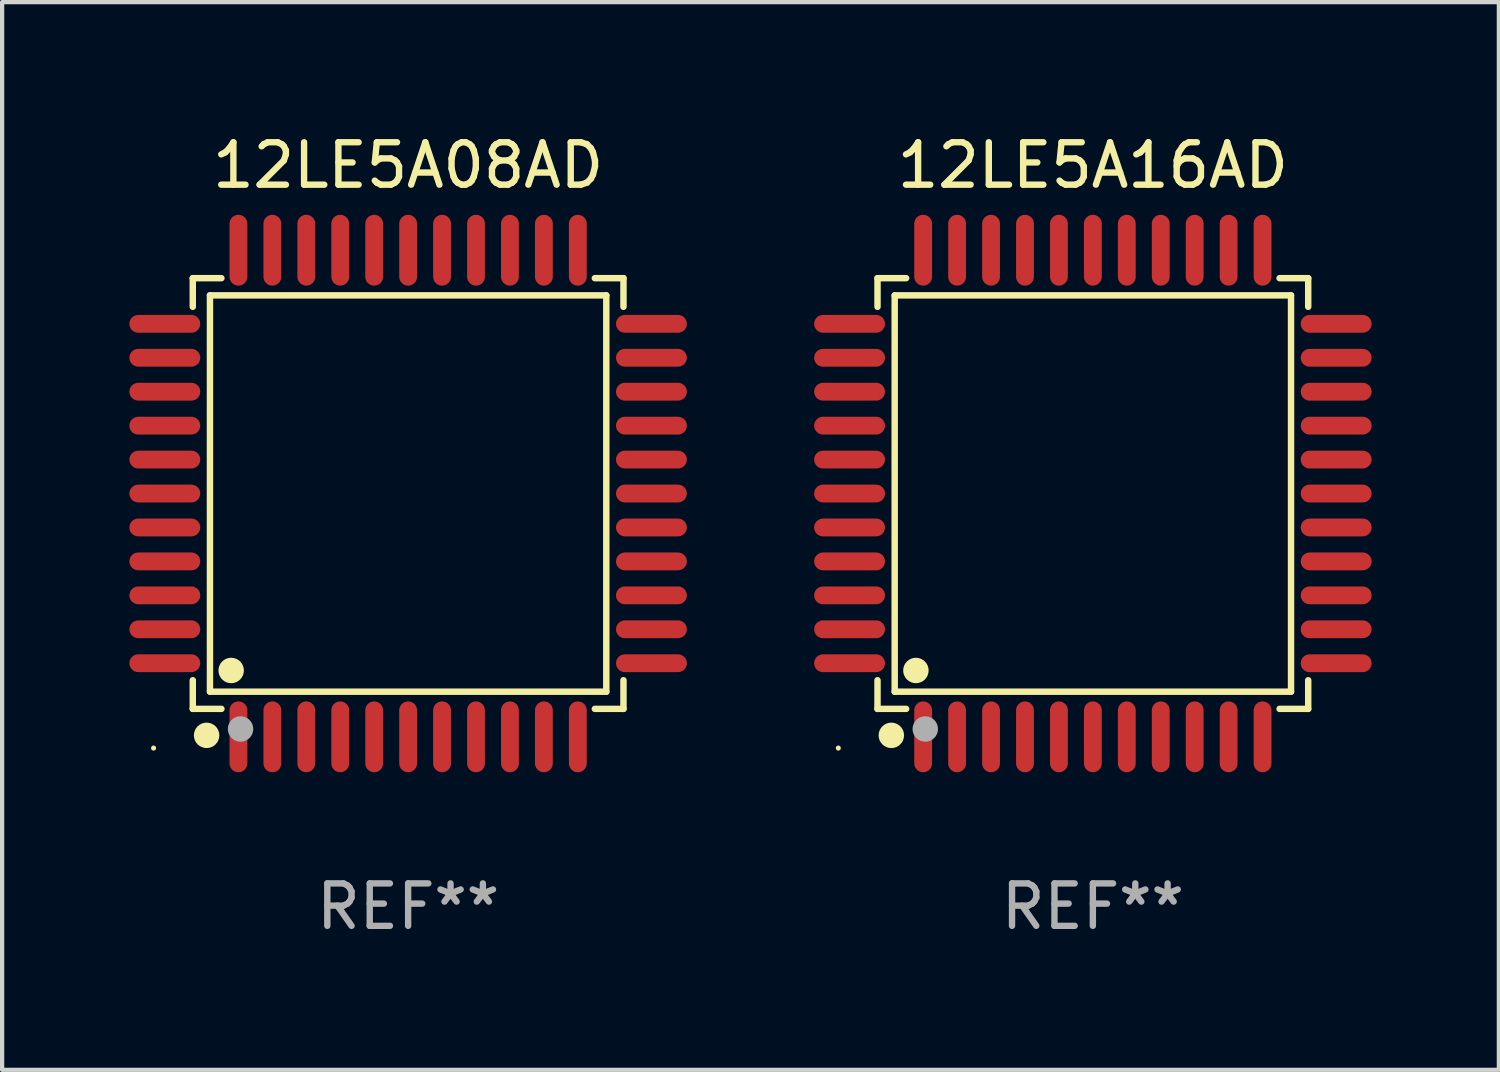
<source format=kicad_pcb>
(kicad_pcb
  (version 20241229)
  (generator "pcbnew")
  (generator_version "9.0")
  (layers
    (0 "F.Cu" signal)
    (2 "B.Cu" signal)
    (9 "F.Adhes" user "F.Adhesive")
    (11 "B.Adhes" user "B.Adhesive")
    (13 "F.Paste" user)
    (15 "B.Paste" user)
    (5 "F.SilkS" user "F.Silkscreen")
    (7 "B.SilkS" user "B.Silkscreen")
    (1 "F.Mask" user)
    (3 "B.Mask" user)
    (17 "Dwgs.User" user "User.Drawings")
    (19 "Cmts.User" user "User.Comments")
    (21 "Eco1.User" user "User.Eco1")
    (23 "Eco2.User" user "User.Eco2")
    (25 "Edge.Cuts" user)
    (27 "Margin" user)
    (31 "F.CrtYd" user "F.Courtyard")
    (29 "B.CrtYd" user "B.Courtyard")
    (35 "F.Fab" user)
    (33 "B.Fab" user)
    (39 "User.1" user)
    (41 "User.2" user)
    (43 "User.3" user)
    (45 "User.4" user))
  (footprint "12LE5A16AD"
    (layer "F.Cu")
    (at 22.71 8.583)
    (property "Reference" "12LE5A16AD" (at 0 -7.735 0) (layer "F.SilkS") (effects (font (size 1 1) (thickness 0.15))))
    (attr through_hole)
    (fp_line (start -5.076 -5.076) (end -4.401 -5.076) (stroke (width 0.152) (type solid)) (layer "F.SilkS"))
    (fp_line (start -5.076 -4.401) (end -5.076 -5.076) (stroke (width 0.152) (type solid)) (layer "F.SilkS"))
    (fp_line (start -5.076 4.401) (end -5.076 5.076) (stroke (width 0.152) (type solid)) (layer "F.SilkS"))
    (fp_line (start -5.076 5.076) (end -4.401 5.076) (stroke (width 0.152) (type solid)) (layer "F.SilkS"))
    (fp_line (start -4.671 -4.671) (end 4.671 -4.671) (stroke (width 0.152) (type solid)) (layer "F.SilkS"))
    (fp_line (start -4.671 4.671) (end -4.671 -4.671) (stroke (width 0.152) (type solid)) (layer "F.SilkS"))
    (fp_line (start 4.671 -4.671) (end 4.671 4.671) (stroke (width 0.152) (type solid)) (layer "F.SilkS"))
    (fp_line (start 4.671 4.671) (end -4.671 4.671) (stroke (width 0.152) (type solid)) (layer "F.SilkS"))
    (fp_line (start 5.076 -5.076) (end 4.401 -5.076) (stroke (width 0.152) (type solid)) (layer "F.SilkS"))
    (fp_line (start 5.076 -4.401) (end 5.076 -5.076) (stroke (width 0.152) (type solid)) (layer "F.SilkS"))
    (fp_line (start 5.076 4.401) (end 5.076 5.076) (stroke (width 0.152) (type solid)) (layer "F.SilkS"))
    (fp_line (start 5.076 5.076) (end 4.401 5.076) (stroke (width 0.152) (type solid)) (layer "F.SilkS"))
    (fp_circle (center -6 6) (end -5.97 6) (stroke (width 0.06) (type solid)) (fill no) (layer "F.SilkS"))
    (fp_circle (center -4.75 5.7) (end -4.6 5.7) (stroke (width 0.3) (type solid)) (fill no) (layer "F.SilkS"))
    (fp_circle (center -4.171 4.171) (end -4.021 4.171) (stroke (width 0.3) (type solid)) (fill no) (layer "F.SilkS"))
    (fp_circle (center -3.95 5.55) (end -3.8 5.55) (stroke (width 0.3) (type solid)) (fill no) (layer "F.Fab"))
    (fp_text user "REF**" (at 0 9.735 0) (layer "F.Fab") (effects (font (size 1 1) (thickness 0.15))))
    (pad "1" smd oval (at -4 5.735) (size 0.42 1.67) (layers "F.Cu" "F.Mask" "F.Paste"))
    (pad "2" smd oval (at -3.2 5.735) (size 0.42 1.67) (layers "F.Cu" "F.Mask" "F.Paste"))
    (pad "3" smd oval (at -2.4 5.735) (size 0.42 1.67) (layers "F.Cu" "F.Mask" "F.Paste"))
    (pad "4" smd oval (at -1.6 5.735) (size 0.42 1.67) (layers "F.Cu" "F.Mask" "F.Paste"))
    (pad "5" smd oval (at -0.8 5.735) (size 0.42 1.67) (layers "F.Cu" "F.Mask" "F.Paste"))
    (pad "6" smd oval (at 0 5.735) (size 0.42 1.67) (layers "F.Cu" "F.Mask" "F.Paste"))
    (pad "7" smd oval (at 0.8 5.735) (size 0.42 1.67) (layers "F.Cu" "F.Mask" "F.Paste"))
    (pad "8" smd oval (at 1.6 5.735) (size 0.42 1.67) (layers "F.Cu" "F.Mask" "F.Paste"))
    (pad "9" smd oval (at 2.4 5.735) (size 0.42 1.67) (layers "F.Cu" "F.Mask" "F.Paste"))
    (pad "10" smd oval (at 3.2 5.735) (size 0.42 1.67) (layers "F.Cu" "F.Mask" "F.Paste"))
    (pad "11" smd oval (at 4 5.735) (size 0.42 1.67) (layers "F.Cu" "F.Mask" "F.Paste"))
    (pad "12" smd oval (at 5.735 4) (size 1.67 0.42) (layers "F.Cu" "F.Mask" "F.Paste"))
    (pad "13" smd oval (at 5.735 3.2) (size 1.67 0.42) (layers "F.Cu" "F.Mask" "F.Paste"))
    (pad "14" smd oval (at 5.735 2.4) (size 1.67 0.42) (layers "F.Cu" "F.Mask" "F.Paste"))
    (pad "15" smd oval (at 5.735 1.6) (size 1.67 0.42) (layers "F.Cu" "F.Mask" "F.Paste"))
    (pad "16" smd oval (at 5.735 0.8) (size 1.67 0.42) (layers "F.Cu" "F.Mask" "F.Paste"))
    (pad "17" smd oval (at 5.735 0) (size 1.67 0.42) (layers "F.Cu" "F.Mask" "F.Paste"))
    (pad "18" smd oval (at 5.735 -0.8) (size 1.67 0.42) (layers "F.Cu" "F.Mask" "F.Paste"))
    (pad "19" smd oval (at 5.735 -1.6) (size 1.67 0.42) (layers "F.Cu" "F.Mask" "F.Paste"))
    (pad "20" smd oval (at 5.735 -2.4) (size 1.67 0.42) (layers "F.Cu" "F.Mask" "F.Paste"))
    (pad "21" smd oval (at 5.735 -3.2) (size 1.67 0.42) (layers "F.Cu" "F.Mask" "F.Paste"))
    (pad "22" smd oval (at 5.735 -4) (size 1.67 0.42) (layers "F.Cu" "F.Mask" "F.Paste"))
    (pad "23" smd oval (at 4 -5.735) (size 0.42 1.67) (layers "F.Cu" "F.Mask" "F.Paste"))
    (pad "24" smd oval (at 3.2 -5.735) (size 0.42 1.67) (layers "F.Cu" "F.Mask" "F.Paste"))
    (pad "25" smd oval (at 2.4 -5.735) (size 0.42 1.67) (layers "F.Cu" "F.Mask" "F.Paste"))
    (pad "26" smd oval (at 1.6 -5.735) (size 0.42 1.67) (layers "F.Cu" "F.Mask" "F.Paste"))
    (pad "27" smd oval (at 0.8 -5.735) (size 0.42 1.67) (layers "F.Cu" "F.Mask" "F.Paste"))
    (pad "28" smd oval (at 0 -5.735) (size 0.42 1.67) (layers "F.Cu" "F.Mask" "F.Paste"))
    (pad "29" smd oval (at -0.8 -5.735) (size 0.42 1.67) (layers "F.Cu" "F.Mask" "F.Paste"))
    (pad "30" smd oval (at -1.6 -5.735) (size 0.42 1.67) (layers "F.Cu" "F.Mask" "F.Paste"))
    (pad "31" smd oval (at -2.4 -5.735) (size 0.42 1.67) (layers "F.Cu" "F.Mask" "F.Paste"))
    (pad "32" smd oval (at -3.2 -5.735) (size 0.42 1.67) (layers "F.Cu" "F.Mask" "F.Paste"))
    (pad "33" smd oval (at -4 -5.735) (size 0.42 1.67) (layers "F.Cu" "F.Mask" "F.Paste"))
    (pad "34" smd oval (at -5.735 -4) (size 1.67 0.42) (layers "F.Cu" "F.Mask" "F.Paste"))
    (pad "35" smd oval (at -5.735 -3.2) (size 1.67 0.42) (layers "F.Cu" "F.Mask" "F.Paste"))
    (pad "36" smd oval (at -5.735 -2.4) (size 1.67 0.42) (layers "F.Cu" "F.Mask" "F.Paste"))
    (pad "37" smd oval (at -5.735 -1.6) (size 1.67 0.42) (layers "F.Cu" "F.Mask" "F.Paste"))
    (pad "38" smd oval (at -5.735 -0.8) (size 1.67 0.42) (layers "F.Cu" "F.Mask" "F.Paste"))
    (pad "39" smd oval (at -5.735 0) (size 1.67 0.42) (layers "F.Cu" "F.Mask" "F.Paste"))
    (pad "40" smd oval (at -5.735 0.8) (size 1.67 0.42) (layers "F.Cu" "F.Mask" "F.Paste"))
    (pad "41" smd oval (at -5.735 1.6) (size 1.67 0.42) (layers "F.Cu" "F.Mask" "F.Paste"))
    (pad "42" smd oval (at -5.735 2.4) (size 1.67 0.42) (layers "F.Cu" "F.Mask" "F.Paste"))
    (pad "43" smd oval (at -5.735 3.2) (size 1.67 0.42) (layers "F.Cu" "F.Mask" "F.Paste"))
    (pad "44" smd oval (at -5.735 4) (size 1.67 0.42) (layers "F.Cu" "F.Mask" "F.Paste")))
  (footprint "12LE5A08AD"
    (layer "F.Cu")
    (at 6.57 8.583)
    (property "Reference" "12LE5A08AD" (at 0 -7.735 0) (layer "F.SilkS") (effects (font (size 1 1) (thickness 0.15))))
    (attr through_hole)
    (fp_line (start -5.076 -5.076) (end -4.401 -5.076) (stroke (width 0.152) (type solid)) (layer "F.SilkS"))
    (fp_line (start -5.076 -4.401) (end -5.076 -5.076) (stroke (width 0.152) (type solid)) (layer "F.SilkS"))
    (fp_line (start -5.076 4.401) (end -5.076 5.076) (stroke (width 0.152) (type solid)) (layer "F.SilkS"))
    (fp_line (start -5.076 5.076) (end -4.401 5.076) (stroke (width 0.152) (type solid)) (layer "F.SilkS"))
    (fp_line (start -4.671 -4.671) (end 4.671 -4.671) (stroke (width 0.152) (type solid)) (layer "F.SilkS"))
    (fp_line (start -4.671 4.671) (end -4.671 -4.671) (stroke (width 0.152) (type solid)) (layer "F.SilkS"))
    (fp_line (start 4.671 -4.671) (end 4.671 4.671) (stroke (width 0.152) (type solid)) (layer "F.SilkS"))
    (fp_line (start 4.671 4.671) (end -4.671 4.671) (stroke (width 0.152) (type solid)) (layer "F.SilkS"))
    (fp_line (start 5.076 -5.076) (end 4.401 -5.076) (stroke (width 0.152) (type solid)) (layer "F.SilkS"))
    (fp_line (start 5.076 -4.401) (end 5.076 -5.076) (stroke (width 0.152) (type solid)) (layer "F.SilkS"))
    (fp_line (start 5.076 4.401) (end 5.076 5.076) (stroke (width 0.152) (type solid)) (layer "F.SilkS"))
    (fp_line (start 5.076 5.076) (end 4.401 5.076) (stroke (width 0.152) (type solid)) (layer "F.SilkS"))
    (fp_circle (center -6 6) (end -5.97 6) (stroke (width 0.06) (type solid)) (fill no) (layer "F.SilkS"))
    (fp_circle (center -4.75 5.7) (end -4.6 5.7) (stroke (width 0.3) (type solid)) (fill no) (layer "F.SilkS"))
    (fp_circle (center -4.171 4.171) (end -4.021 4.171) (stroke (width 0.3) (type solid)) (fill no) (layer "F.SilkS"))
    (fp_circle (center -3.95 5.55) (end -3.8 5.55) (stroke (width 0.3) (type solid)) (fill no) (layer "F.Fab"))
    (fp_text user "REF**" (at 0 9.735 0) (layer "F.Fab") (effects (font (size 1 1) (thickness 0.15))))
    (pad "1" smd oval (at -4 5.735) (size 0.42 1.67) (layers "F.Cu" "F.Mask" "F.Paste"))
    (pad "2" smd oval (at -3.2 5.735) (size 0.42 1.67) (layers "F.Cu" "F.Mask" "F.Paste"))
    (pad "3" smd oval (at -2.4 5.735) (size 0.42 1.67) (layers "F.Cu" "F.Mask" "F.Paste"))
    (pad "4" smd oval (at -1.6 5.735) (size 0.42 1.67) (layers "F.Cu" "F.Mask" "F.Paste"))
    (pad "5" smd oval (at -0.8 5.735) (size 0.42 1.67) (layers "F.Cu" "F.Mask" "F.Paste"))
    (pad "6" smd oval (at 0 5.735) (size 0.42 1.67) (layers "F.Cu" "F.Mask" "F.Paste"))
    (pad "7" smd oval (at 0.8 5.735) (size 0.42 1.67) (layers "F.Cu" "F.Mask" "F.Paste"))
    (pad "8" smd oval (at 1.6 5.735) (size 0.42 1.67) (layers "F.Cu" "F.Mask" "F.Paste"))
    (pad "9" smd oval (at 2.4 5.735) (size 0.42 1.67) (layers "F.Cu" "F.Mask" "F.Paste"))
    (pad "10" smd oval (at 3.2 5.735) (size 0.42 1.67) (layers "F.Cu" "F.Mask" "F.Paste"))
    (pad "11" smd oval (at 4 5.735) (size 0.42 1.67) (layers "F.Cu" "F.Mask" "F.Paste"))
    (pad "12" smd oval (at 5.735 4) (size 1.67 0.42) (layers "F.Cu" "F.Mask" "F.Paste"))
    (pad "13" smd oval (at 5.735 3.2) (size 1.67 0.42) (layers "F.Cu" "F.Mask" "F.Paste"))
    (pad "14" smd oval (at 5.735 2.4) (size 1.67 0.42) (layers "F.Cu" "F.Mask" "F.Paste"))
    (pad "15" smd oval (at 5.735 1.6) (size 1.67 0.42) (layers "F.Cu" "F.Mask" "F.Paste"))
    (pad "16" smd oval (at 5.735 0.8) (size 1.67 0.42) (layers "F.Cu" "F.Mask" "F.Paste"))
    (pad "17" smd oval (at 5.735 0) (size 1.67 0.42) (layers "F.Cu" "F.Mask" "F.Paste"))
    (pad "18" smd oval (at 5.735 -0.8) (size 1.67 0.42) (layers "F.Cu" "F.Mask" "F.Paste"))
    (pad "19" smd oval (at 5.735 -1.6) (size 1.67 0.42) (layers "F.Cu" "F.Mask" "F.Paste"))
    (pad "20" smd oval (at 5.735 -2.4) (size 1.67 0.42) (layers "F.Cu" "F.Mask" "F.Paste"))
    (pad "21" smd oval (at 5.735 -3.2) (size 1.67 0.42) (layers "F.Cu" "F.Mask" "F.Paste"))
    (pad "22" smd oval (at 5.735 -4) (size 1.67 0.42) (layers "F.Cu" "F.Mask" "F.Paste"))
    (pad "23" smd oval (at 4 -5.735) (size 0.42 1.67) (layers "F.Cu" "F.Mask" "F.Paste"))
    (pad "24" smd oval (at 3.2 -5.735) (size 0.42 1.67) (layers "F.Cu" "F.Mask" "F.Paste"))
    (pad "25" smd oval (at 2.4 -5.735) (size 0.42 1.67) (layers "F.Cu" "F.Mask" "F.Paste"))
    (pad "26" smd oval (at 1.6 -5.735) (size 0.42 1.67) (layers "F.Cu" "F.Mask" "F.Paste"))
    (pad "27" smd oval (at 0.8 -5.735) (size 0.42 1.67) (layers "F.Cu" "F.Mask" "F.Paste"))
    (pad "28" smd oval (at 0 -5.735) (size 0.42 1.67) (layers "F.Cu" "F.Mask" "F.Paste"))
    (pad "29" smd oval (at -0.8 -5.735) (size 0.42 1.67) (layers "F.Cu" "F.Mask" "F.Paste"))
    (pad "30" smd oval (at -1.6 -5.735) (size 0.42 1.67) (layers "F.Cu" "F.Mask" "F.Paste"))
    (pad "31" smd oval (at -2.4 -5.735) (size 0.42 1.67) (layers "F.Cu" "F.Mask" "F.Paste"))
    (pad "32" smd oval (at -3.2 -5.735) (size 0.42 1.67) (layers "F.Cu" "F.Mask" "F.Paste"))
    (pad "33" smd oval (at -4 -5.735) (size 0.42 1.67) (layers "F.Cu" "F.Mask" "F.Paste"))
    (pad "34" smd oval (at -5.735 -4) (size 1.67 0.42) (layers "F.Cu" "F.Mask" "F.Paste"))
    (pad "35" smd oval (at -5.735 -3.2) (size 1.67 0.42) (layers "F.Cu" "F.Mask" "F.Paste"))
    (pad "36" smd oval (at -5.735 -2.4) (size 1.67 0.42) (layers "F.Cu" "F.Mask" "F.Paste"))
    (pad "37" smd oval (at -5.735 -1.6) (size 1.67 0.42) (layers "F.Cu" "F.Mask" "F.Paste"))
    (pad "38" smd oval (at -5.735 -0.8) (size 1.67 0.42) (layers "F.Cu" "F.Mask" "F.Paste"))
    (pad "39" smd oval (at -5.735 0) (size 1.67 0.42) (layers "F.Cu" "F.Mask" "F.Paste"))
    (pad "40" smd oval (at -5.735 0.8) (size 1.67 0.42) (layers "F.Cu" "F.Mask" "F.Paste"))
    (pad "41" smd oval (at -5.735 1.6) (size 1.67 0.42) (layers "F.Cu" "F.Mask" "F.Paste"))
    (pad "42" smd oval (at -5.735 2.4) (size 1.67 0.42) (layers "F.Cu" "F.Mask" "F.Paste"))
    (pad "43" smd oval (at -5.735 3.2) (size 1.67 0.42) (layers "F.Cu" "F.Mask" "F.Paste"))
    (pad "44" smd oval (at -5.735 4) (size 1.67 0.42) (layers "F.Cu" "F.Mask" "F.Paste")))
  (gr_rect
    (start -3 -3)
    (end 32.28 22.167)
    (stroke (width 0.1) (type default))
    (fill no)
    (layer "Edge.Cuts")))
</source>
